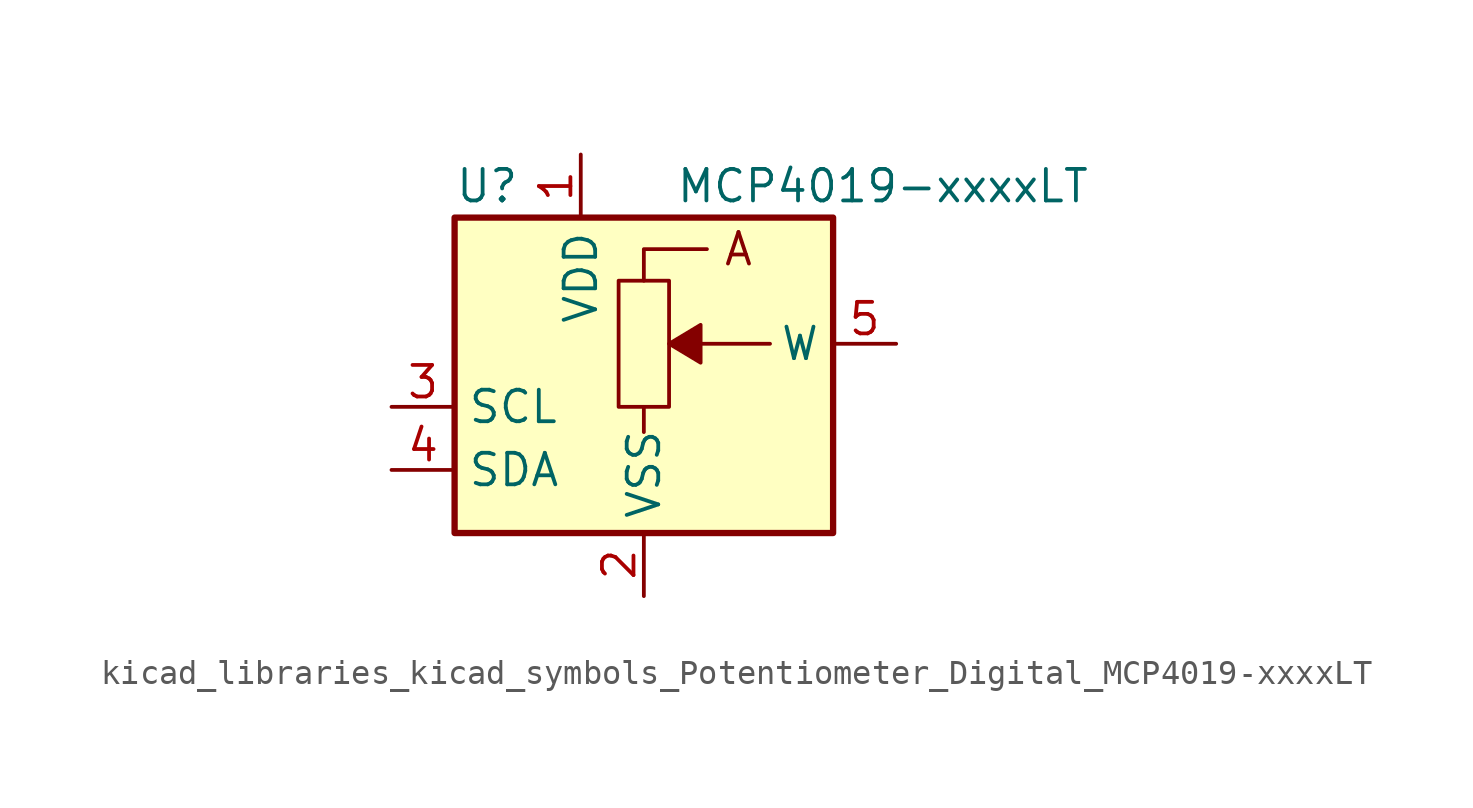
<source format=kicad_sym>
(kicad_symbol_lib
  (version 20220914)
  (generator kicad_symbol_editor)
  (symbol "kicad_libraries_kicad_symbols_Potentiometer_Digital_MCP4019-xxxxLT"
    (property "Reference" "U"
      (at -7.62 8.89 0)
      (effects (font (size 1.27 1.27)) (justify left)))
    (property "Value" "MCP4019-xxxxLT"
      (at 1.27 8.89 0)
      (effects (font (size 1.27 1.27)) (justify left)))
    (symbol "kicad_libraries_kicad_symbols_Potentiometer_Digital_MCP4019-xxxxLT_0_0"
      (polyline (pts (xy 0 5.08) (xy 0 6.35) (xy 2.54 6.35)) (stroke (width 0) (type default)) (fill (type none)))
      (text "A" (at 3.81 6.35 0) (effects (font (size 1.27 1.27)))))
    (symbol "kicad_libraries_kicad_symbols_Potentiometer_Digital_MCP4019-xxxxLT_0_1"
      (polyline (pts (xy 0 0) (xy 0 -1.016)) (stroke (width 0) (type default)) (fill (type none))))
    (symbol "kicad_libraries_kicad_symbols_Potentiometer_Digital_MCP4019-xxxxLT_1_1"
      (rectangle (start -7.62 7.62) (end 7.62 -5.08) (stroke (width 0.254) (type default)) (fill (type background)))
      (polyline (pts (xy 5.08 2.54) (xy 2.286 2.54)) (stroke (width 0) (type default)) (fill (type none)))
      (polyline (pts (xy 2.286 1.778) (xy 2.286 3.302) (xy 1.016 2.54) (xy 2.286 1.778)) (stroke (width 0) (type default)) (fill (type outline)))
      (rectangle (start 1.016 0) (end -1.016 5.08) (stroke (width 0) (type default)) (fill (type none)))
      (pin power_in line (at -2.54 10.16 270) (length 2.54) (name "VDD" (effects (font (size 1.27 1.27)))) (number "1" (effects (font (size 1.27 1.27)))))
      (pin power_in line (at 0 -7.62 90) (length 2.54) (name "VSS" (effects (font (size 1.27 1.27)))) (number "2" (effects (font (size 1.27 1.27)))))
      (pin input line (at -10.16 0 0) (length 2.54) (name "SCL" (effects (font (size 1.27 1.27)))) (number "3" (effects (font (size 1.27 1.27)))))
      (pin bidirectional line (at -10.16 -2.54 0) (length 2.54) (name "SDA" (effects (font (size 1.27 1.27)))) (number "4" (effects (font (size 1.27 1.27)))))
      (pin passive line (at 10.16 2.54 180) (length 2.54) (name "W" (effects (font (size 1.27 1.27)))) (number "5" (effects (font (size 1.27 1.27))))))))
</source>
